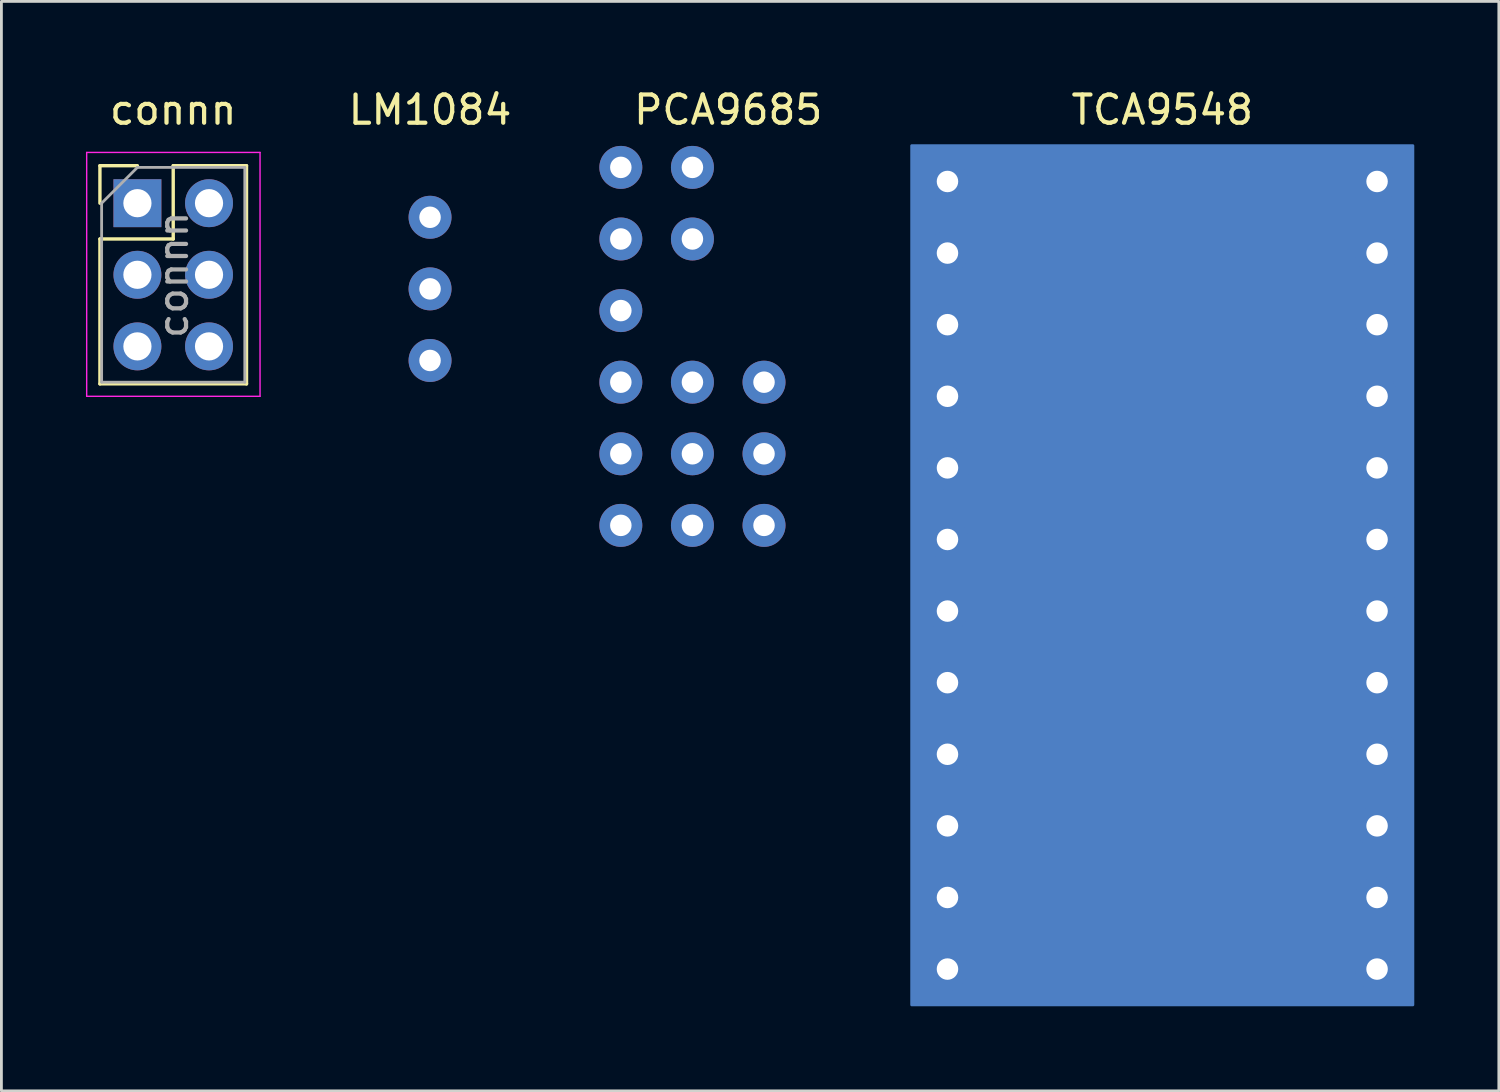
<source format=kicad_pcb>
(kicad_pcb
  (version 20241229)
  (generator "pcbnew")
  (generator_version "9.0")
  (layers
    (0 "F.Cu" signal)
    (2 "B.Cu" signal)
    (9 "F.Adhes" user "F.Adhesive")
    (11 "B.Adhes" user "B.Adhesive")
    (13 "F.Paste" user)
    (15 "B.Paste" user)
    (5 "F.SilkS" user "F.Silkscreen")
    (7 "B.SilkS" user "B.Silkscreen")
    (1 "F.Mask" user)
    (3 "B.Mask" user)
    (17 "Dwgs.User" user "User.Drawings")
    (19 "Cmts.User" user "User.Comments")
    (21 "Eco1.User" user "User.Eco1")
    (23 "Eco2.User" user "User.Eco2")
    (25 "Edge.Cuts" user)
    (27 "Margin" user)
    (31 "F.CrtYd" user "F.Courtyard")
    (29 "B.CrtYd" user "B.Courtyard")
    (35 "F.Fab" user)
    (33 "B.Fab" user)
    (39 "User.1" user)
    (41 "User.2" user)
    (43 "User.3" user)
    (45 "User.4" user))
  (footprint "PCA9685"
    (layer "F.Cu")
    (at 22.784 5.428)
    (property "Reference" "PCA9685" (at 0 -4.58 0) (layer "F.SilkS") (effects (font (size 1 1) (thickness 0.15))))
    (attr through_hole)
    (pad "1" thru_hole circle (at -3.81 -2.54) (size 1.524 1.524) (drill 0.762) (layers "*.Cu" "*.Mask"))
    (pad "2" thru_hole circle (at -3.81 0) (size 1.524 1.524) (drill 0.762) (layers "*.Cu" "*.Mask"))
    (pad "3" thru_hole circle (at -3.81 2.54) (size 1.524 1.524) (drill 0.762) (layers "*.Cu" "*.Mask"))
    (pad "4" thru_hole circle (at -3.81 5.08) (size 1.524 1.524) (drill 0.762) (layers "*.Cu" "*.Mask"))
    (pad "5" thru_hole circle (at -3.81 7.62) (size 1.524 1.524) (drill 0.762) (layers "*.Cu" "*.Mask"))
    (pad "6" thru_hole circle (at -3.81 10.16) (size 1.524 1.524) (drill 0.762) (layers "*.Cu" "*.Mask"))
    (pad "7" thru_hole circle (at 1.27 5.08) (size 1.524 1.524) (drill 0.762) (layers "*.Cu" "*.Mask"))
    (pad "8" thru_hole circle (at 1.27 7.62) (size 1.524 1.524) (drill 0.762) (layers "*.Cu" "*.Mask"))
    (pad "9" thru_hole circle (at 1.27 10.16) (size 1.524 1.524) (drill 0.762) (layers "*.Cu" "*.Mask"))
    (pad "10" thru_hole circle (at -1.27 5.08) (size 1.524 1.524) (drill 0.762) (layers "*.Cu" "*.Mask"))
    (pad "11" thru_hole circle (at -1.27 7.62) (size 1.524 1.524) (drill 0.762) (layers "*.Cu" "*.Mask"))
    (pad "12" thru_hole circle (at -1.27 10.16) (size 1.524 1.524) (drill 0.762) (layers "*.Cu" "*.Mask"))
    (pad "13" thru_hole circle (at -1.27 0) (size 1.524 1.524) (drill 0.762) (layers "*.Cu" "*.Mask"))
    (pad "14" thru_hole circle (at -1.27 -2.54) (size 1.524 1.524) (drill 0.762) (layers "*.Cu" "*.Mask")))
  (footprint "connn"
    (layer "F.Cu")
    (at 3.095 0.348)
    (property "Reference" "connn" (at 0 0.5 0) (layer "F.SilkS") (effects (font (size 1 1) (thickness 0.15))))
    (attr through_hole)
    (fp_line (start -2.6 2.48) (end -1.27 2.48) (stroke (width 0.12) (type solid)) (layer "F.SilkS"))
    (fp_line (start -2.6 3.81) (end -2.6 2.48) (stroke (width 0.12) (type solid)) (layer "F.SilkS"))
    (fp_line (start -2.6 5.08) (end -2.6 10.22) (stroke (width 0.12) (type solid)) (layer "F.SilkS"))
    (fp_line (start -2.6 5.08) (end 0 5.08) (stroke (width 0.12) (type solid)) (layer "F.SilkS"))
    (fp_line (start -2.6 10.22) (end 2.6 10.22) (stroke (width 0.12) (type solid)) (layer "F.SilkS"))
    (fp_line (start 0 2.48) (end 2.6 2.48) (stroke (width 0.12) (type solid)) (layer "F.SilkS"))
    (fp_line (start 0 5.08) (end 0 2.48) (stroke (width 0.12) (type solid)) (layer "F.SilkS"))
    (fp_line (start 2.6 2.48) (end 2.6 10.22) (stroke (width 0.12) (type solid)) (layer "F.SilkS"))
    (fp_line (start -3.07 2.01) (end -3.07 10.66) (stroke (width 0.05) (type solid)) (layer "F.CrtYd"))
    (fp_line (start -3.07 10.66) (end 3.08 10.66) (stroke (width 0.05) (type solid)) (layer "F.CrtYd"))
    (fp_line (start 3.08 2.01) (end -3.07 2.01) (stroke (width 0.05) (type solid)) (layer "F.CrtYd"))
    (fp_line (start 3.08 10.66) (end 3.08 2.01) (stroke (width 0.05) (type solid)) (layer "F.CrtYd"))
    (fp_line (start -2.54 3.81) (end -1.27 2.54) (stroke (width 0.1) (type solid)) (layer "F.Fab"))
    (fp_line (start -2.54 10.16) (end -2.54 3.81) (stroke (width 0.1) (type solid)) (layer "F.Fab"))
    (fp_line (start -1.27 2.54) (end 2.54 2.54) (stroke (width 0.1) (type solid)) (layer "F.Fab"))
    (fp_line (start 2.54 2.54) (end 2.54 10.16) (stroke (width 0.1) (type solid)) (layer "F.Fab"))
    (fp_line (start 2.54 10.16) (end -2.54 10.16) (stroke (width 0.1) (type solid)) (layer "F.Fab"))
    (fp_text user "${REFERENCE}" (at 0 6.35 90) (layer "F.Fab") (effects (font (size 1 1) (thickness 0.15))))
    (pad "a1" thru_hole rect (at -1.27 3.81) (size 1.7 1.7) (drill 1) (layers "*.Cu" "*.Mask"))
    (pad "a2" thru_hole oval (at -1.27 6.35 90) (size 1.7 1.7) (drill 1) (layers "*.Cu" "*.Mask"))
    (pad "a3" thru_hole oval (at -1.27 8.89) (size 1.7 1.7) (drill 1) (layers "*.Cu" "*.Mask"))
    (pad "b1" thru_hole oval (at 1.27 3.81) (size 1.7 1.7) (drill 1) (layers "*.Cu" "*.Mask"))
    (pad "b2" thru_hole oval (at 1.27 6.35) (size 1.7 1.7) (drill 1) (layers "*.Cu" "*.Mask"))
    (pad "b3" thru_hole oval (at 1.27 8.89) (size 1.7 1.7) (drill 1) (layers "*.Cu" "*.Mask")))
  (footprint "TCA9548"
    (layer "F.Cu")
    (at 38.182 17.358)
    (property "Reference" "TCA9548" (at 0 -16.51 0) (layer "F.SilkS") (effects (font (size 1 1) (thickness 0.15))))
    (attr through_hole)
    (fp_poly (pts (xy 8.89 15.24) (xy -8.89 15.24) (xy -8.89 -15.24) (xy 8.89 -15.24)) (stroke (width 0.1) (type solid)) (fill yes) (layer "B.Cu"))
    (pad "1" thru_hole circle (at -7.62 -1.27) (size 1.524 1.524) (drill 0.762) (layers "*.Cu" "*.Mask"))
    (pad "2" thru_hole circle (at -7.62 1.27) (size 1.524 1.524) (drill 0.762) (layers "*.Cu" "*.Mask"))
    (pad "3" thru_hole circle (at -7.62 -3.81) (size 1.524 1.524) (drill 0.762) (layers "*.Cu" "*.Mask"))
    (pad "4" thru_hole circle (at -7.62 6.35) (size 1.524 1.524) (drill 0.762) (layers "*.Cu" "*.Mask"))
    (pad "5" thru_hole circle (at -7.62 8.89) (size 1.524 1.524) (drill 0.762) (layers "*.Cu" "*.Mask"))
    (pad "6" thru_hole circle (at -7.62 11.43) (size 1.524 1.524) (drill 0.762) (layers "*.Cu" "*.Mask"))
    (pad "7" thru_hole circle (at -7.62 13.97) (size 1.524 1.524) (drill 0.762) (layers "*.Cu" "*.Mask"))
    (pad "8" thru_hole circle (at 7.62 13.97) (size 1.524 1.524) (drill 0.762) (layers "*.Cu" "*.Mask"))
    (pad "9" thru_hole circle (at 7.62 11.43) (size 1.524 1.524) (drill 0.762) (layers "*.Cu" "*.Mask"))
    (pad "10" thru_hole circle (at 7.62 8.89) (size 1.524 1.524) (drill 0.762) (layers "*.Cu" "*.Mask"))
    (pad "11" thru_hole circle (at 7.62 6.35) (size 1.524 1.524) (drill 0.762) (layers "*.Cu" "*.Mask"))
    (pad "12" thru_hole circle (at -7.62 -11.43) (size 1.524 1.524) (drill 0.762) (layers "*.Cu" "*.Mask"))
    (pad "13" thru_hole circle (at 7.62 3.81) (size 1.524 1.524) (drill 0.762) (layers "*.Cu" "*.Mask"))
    (pad "14" thru_hole circle (at 7.62 1.27) (size 1.524 1.524) (drill 0.762) (layers "*.Cu" "*.Mask"))
    (pad "15" thru_hole circle (at 7.62 -1.27) (size 1.524 1.524) (drill 0.762) (layers "*.Cu" "*.Mask"))
    (pad "16" thru_hole circle (at 7.62 -3.81) (size 1.524 1.524) (drill 0.762) (layers "*.Cu" "*.Mask"))
    (pad "17" thru_hole circle (at 7.62 -6.35) (size 1.524 1.524) (drill 0.762) (layers "*.Cu" "*.Mask"))
    (pad "18" thru_hole circle (at 7.62 -8.89) (size 1.524 1.524) (drill 0.762) (layers "*.Cu" "*.Mask"))
    (pad "19" thru_hole circle (at 7.62 -11.43) (size 1.524 1.524) (drill 0.762) (layers "*.Cu" "*.Mask"))
    (pad "20" thru_hole circle (at 7.62 -13.97) (size 1.524 1.524) (drill 0.762) (layers "*.Cu" "*.Mask"))
    (pad "21" thru_hole circle (at -7.62 3.81) (size 1.524 1.524) (drill 0.762) (layers "*.Cu" "*.Mask"))
    (pad "22" thru_hole circle (at -7.62 -6.35) (size 1.524 1.524) (drill 0.762) (layers "*.Cu" "*.Mask"))
    (pad "23" thru_hole circle (at -7.62 -8.89) (size 1.524 1.524) (drill 0.762) (layers "*.Cu" "*.Mask"))
    (pad "24" thru_hole circle (at -7.62 -13.97) (size 1.524 1.524) (drill 0.762) (layers "*.Cu" "*.Mask")))
  (footprint "LM1084"
    (layer "F.Cu")
    (at 12.206 9.738)
    (property "Reference" "LM1084" (at 0 -8.89 0) (layer "F.SilkS") (effects (font (size 1 1) (thickness 0.15))))
    (attr through_hole)
    (pad "1" thru_hole circle (at 0 -5.08) (size 1.524 1.524) (drill 0.762) (layers "*.Cu" "*.Mask"))
    (pad "2" thru_hole circle (at 0 -2.54) (size 1.524 1.524) (drill 0.762) (layers "*.Cu" "*.Mask"))
    (pad "3" thru_hole circle (at 0 0) (size 1.524 1.524) (drill 0.762) (layers "*.Cu" "*.Mask")))
  (gr_rect
    (start -3 -3)
    (end 50.122 35.648)
    (stroke (width 0.1) (type default))
    (fill no)
    (layer "Edge.Cuts")))
</source>
